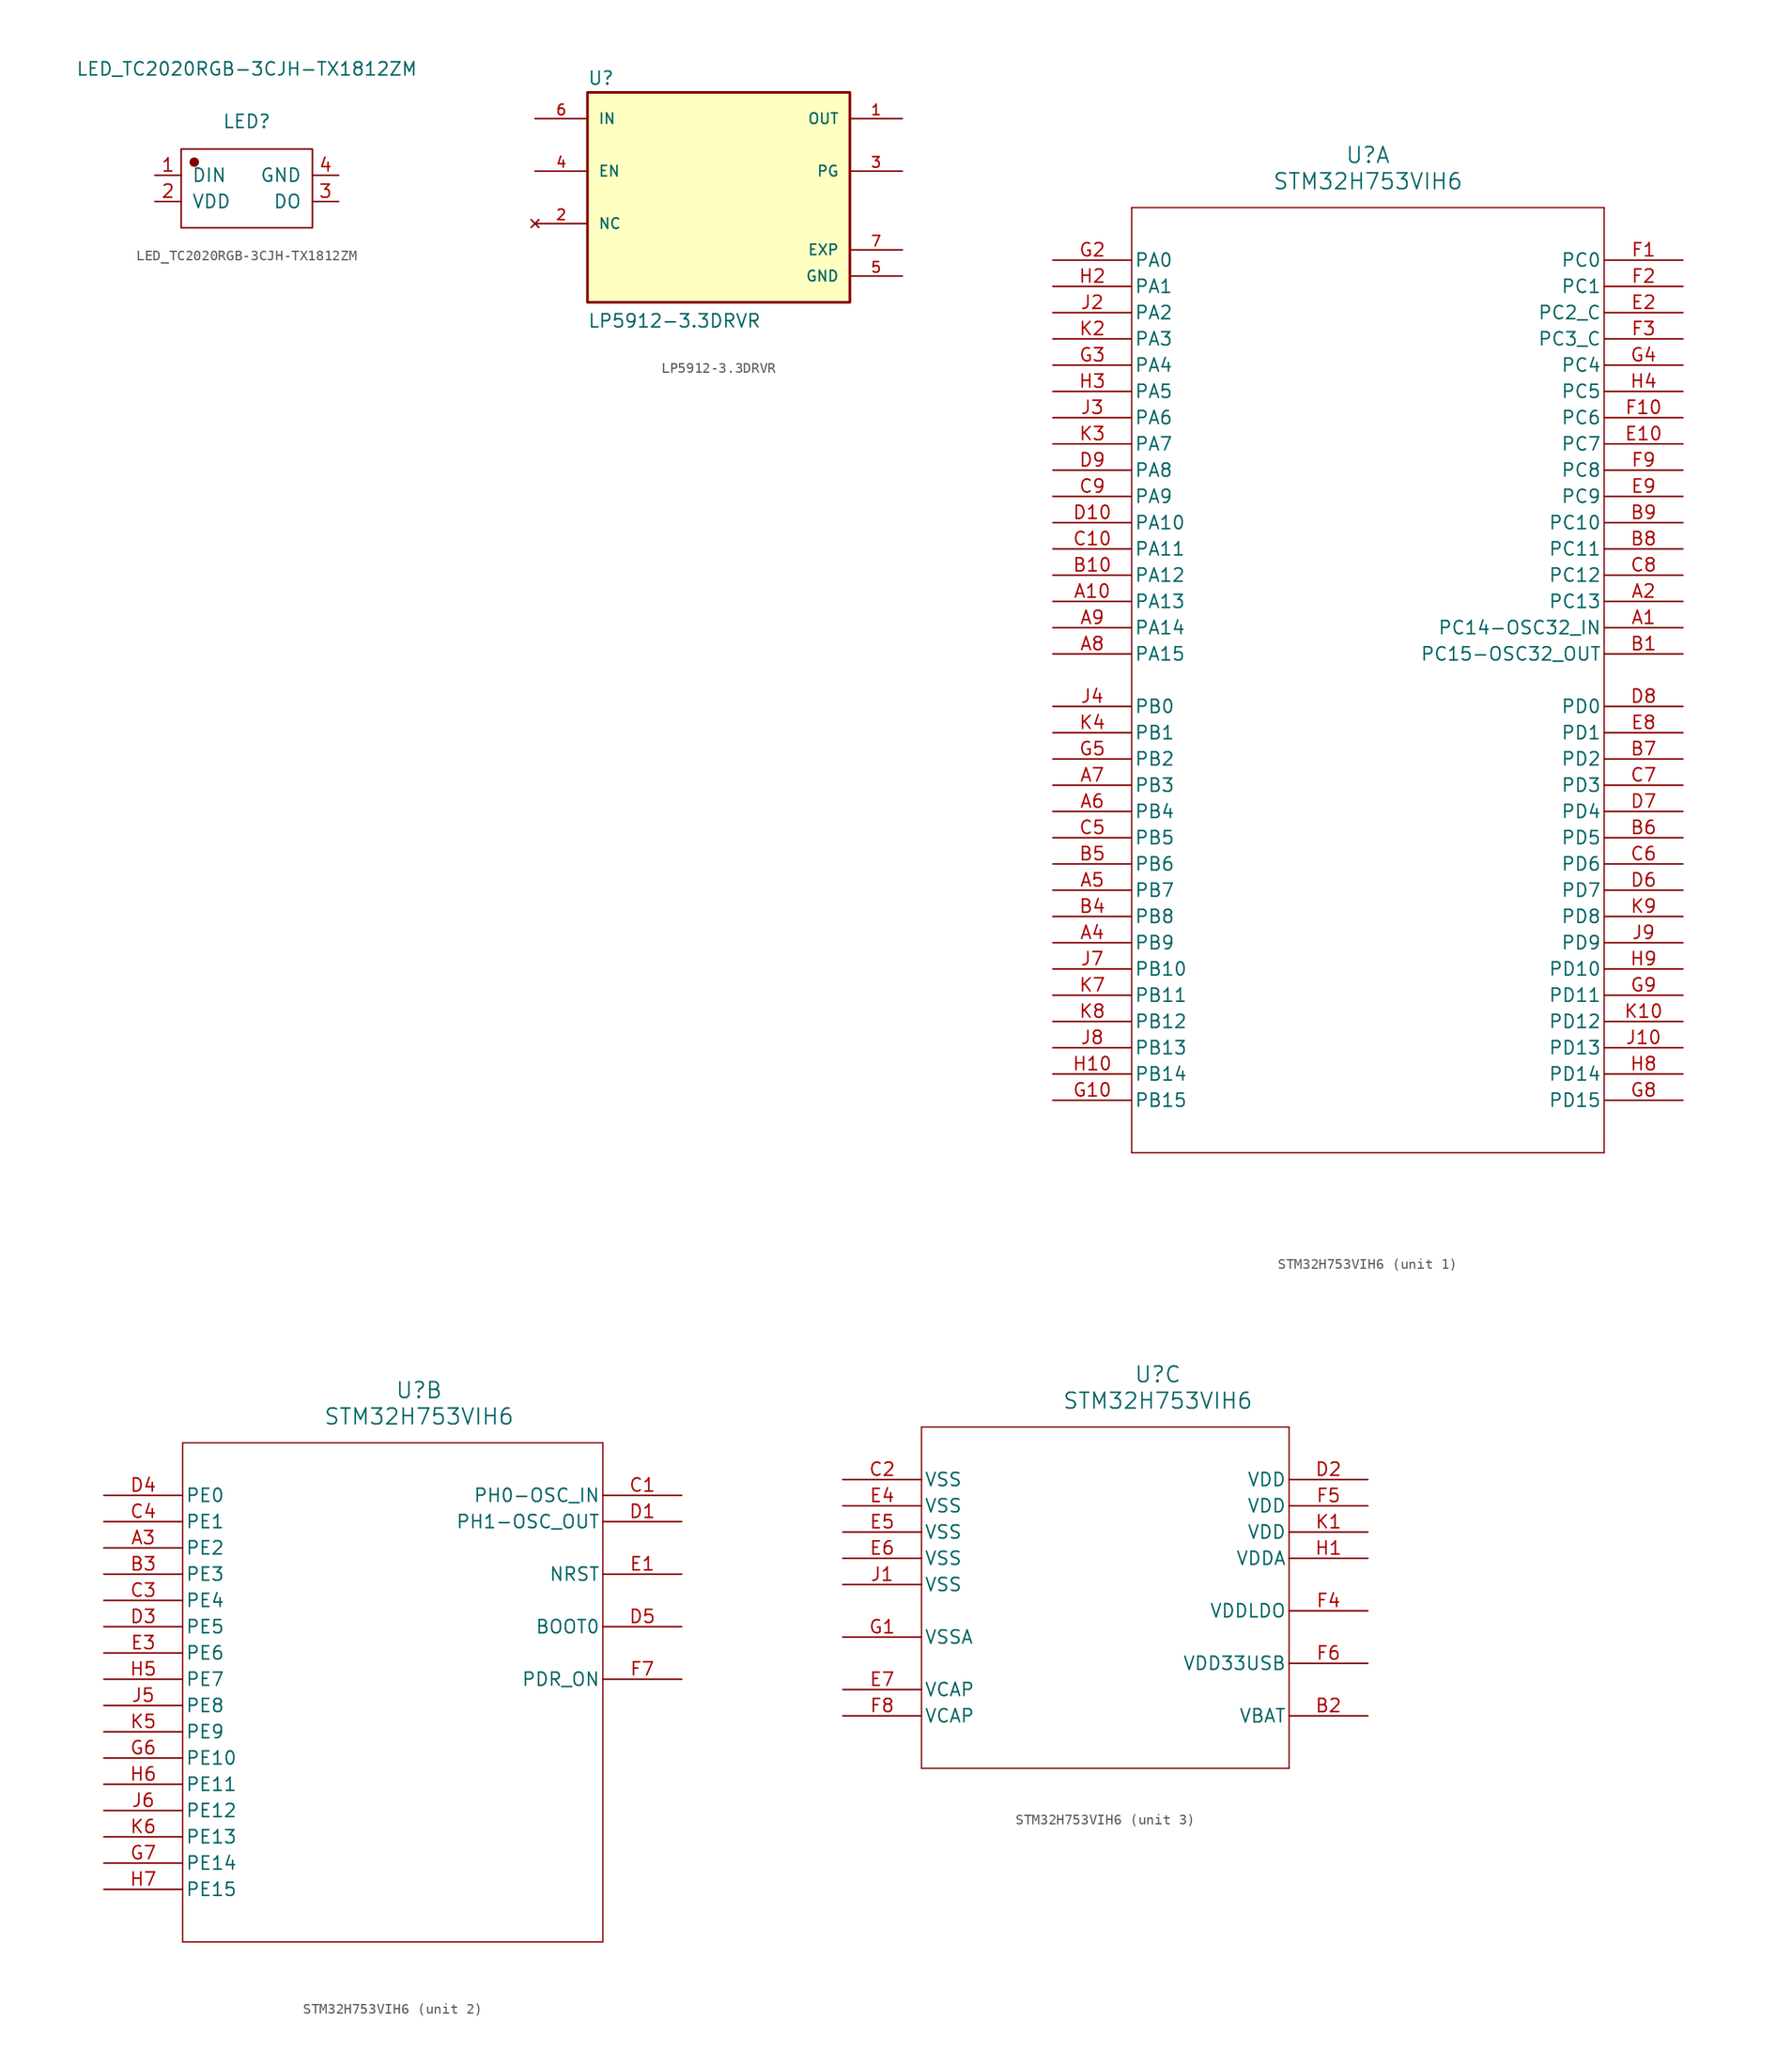
<source format=kicad_sym>
(kicad_symbol_lib
  (version 20231120)
  (generator "kicad_symbol_editor")
  (generator_version "8.0")
  (symbol "LED_TC2020RGB-3CJH-TX1812ZM"
    (pin_names
      (offset 1.016))
    (property "Reference" "LED"
      (at 0 6.477 0)
      (effects (font (size 1.27 1.27))))
    (property "Value" "LED_TC2020RGB-3CJH-TX1812ZM"
      (at 0 11.557 0)
      (effects (font (size 1.27 1.27))))
    (symbol "LED_TC2020RGB-3CJH-TX1812ZM_1_1"
      (rectangle (start -6.35 3.81) (end 6.35 -3.81) (stroke (width 0.152) (type default)) (fill (type none)))
      (circle (center -5.08 2.54) (radius 0.381) (stroke (width 0.152) (type default)) (fill (type outline)))
      (pin input line (at -8.89 1.27 0) (length 2.54) (name "DIN" (effects (font (size 1.27 1.27)))) (number "1" (effects (font (size 1.27 1.27)))))
      (pin input line (at -8.89 -1.27 0) (length 2.54) (name "VDD" (effects (font (size 1.27 1.27)))) (number "2" (effects (font (size 1.27 1.27)))))
      (pin input line (at 8.89 -1.27 180) (length 2.54) (name "DO" (effects (font (size 1.27 1.27)))) (number "3" (effects (font (size 1.27 1.27)))))
      (pin input line (at 8.89 1.27 180) (length 2.54) (name "GND" (effects (font (size 1.27 1.27)))) (number "4" (effects (font (size 1.27 1.27)))))))
  (symbol "LP5912-3.3DRVR"
    (pin_names
      (offset 1.016))
    (property "Reference" "U"
      (at -12.7 10.795 0)
      (effects (font (size 1.27 1.27)) (justify left bottom)))
    (property "Value" "LP5912-3.3DRVR"
      (at -12.7 -12.7 0)
      (effects (font (size 1.27 1.27)) (justify left bottom)))
    (symbol "LP5912-3.3DRVR_0_0"
      (rectangle (start -12.7 -10.16) (end 12.7 10.16) (stroke (width 0.254) (type default)) (fill (type background)))
      (pin power_out line (at 17.78 7.62 180) (length 5.08) (name "OUT" (effects (font (size 1.016 1.016)))) (number "1" (effects (font (size 1.016 1.016)))))
      (pin no_connect line (at -17.78 -2.54 0) (length 5.08) (name "NC" (effects (font (size 1.016 1.016)))) (number "2" (effects (font (size 1.016 1.016)))))
      (pin output line (at 17.78 2.54 180) (length 5.08) (name "PG" (effects (font (size 1.016 1.016)))) (number "3" (effects (font (size 1.016 1.016)))))
      (pin input line (at -17.78 2.54 0) (length 5.08) (name "EN" (effects (font (size 1.016 1.016)))) (number "4" (effects (font (size 1.016 1.016)))))
      (pin power_in line (at 17.78 -7.62 180) (length 5.08) (name "GND" (effects (font (size 1.016 1.016)))) (number "5" (effects (font (size 1.016 1.016)))))
      (pin input line (at -17.78 7.62 0) (length 5.08) (name "IN" (effects (font (size 1.016 1.016)))) (number "6" (effects (font (size 1.016 1.016)))))
      (pin power_in line (at 17.78 -5.08 180) (length 5.08) (name "EXP" (effects (font (size 1.016 1.016)))) (number "7" (effects (font (size 1.016 1.016)))))))
  (symbol "STM32H753VIH6"
    (pin_names
      (offset 0.254))
    (property "Reference" "U"
      (at 30.48 10.16 0)
      (effects (font (size 1.524 1.524))))
    (property "Value" "STM32H753VIH6"
      (at 30.48 7.62 0)
      (effects (font (size 1.524 1.524))))
    (property "ki_locked" ""
      (at 0 0 0)
      (effects (font (size 1.27 1.27))))
    (symbol "STM32H753VIH6_1_1"
      (polyline (pts (xy 7.62 -86.36) (xy 53.34 -86.36)) (stroke (width 0.127) (type default)) (fill (type none)))
      (polyline (pts (xy 7.62 5.08) (xy 7.62 -86.36)) (stroke (width 0.127) (type default)) (fill (type none)))
      (polyline (pts (xy 53.34 -86.36) (xy 53.34 5.08)) (stroke (width 0.127) (type default)) (fill (type none)))
      (polyline (pts (xy 53.34 5.08) (xy 7.62 5.08)) (stroke (width 0.127) (type default)) (fill (type none)))
      (pin bidirectional line (at 60.96 -35.56 180) (length 7.62) (name "PC14-OSC32_IN" (effects (font (size 1.27 1.27)))) (number "A1" (effects (font (size 1.27 1.27)))))
      (pin bidirectional line (at 0 -33.02 0) (length 7.62) (name "PA13" (effects (font (size 1.27 1.27)))) (number "A10" (effects (font (size 1.27 1.27)))))
      (pin bidirectional line (at 60.96 -33.02 180) (length 7.62) (name "PC13" (effects (font (size 1.27 1.27)))) (number "A2" (effects (font (size 1.27 1.27)))))
      (pin bidirectional line (at 0 -66.04 0) (length 7.62) (name "PB9" (effects (font (size 1.27 1.27)))) (number "A4" (effects (font (size 1.27 1.27)))))
      (pin bidirectional line (at 0 -60.96 0) (length 7.62) (name "PB7" (effects (font (size 1.27 1.27)))) (number "A5" (effects (font (size 1.27 1.27)))))
      (pin bidirectional line (at 0 -53.34 0) (length 7.62) (name "PB4" (effects (font (size 1.27 1.27)))) (number "A6" (effects (font (size 1.27 1.27)))))
      (pin bidirectional line (at 0 -50.8 0) (length 7.62) (name "PB3" (effects (font (size 1.27 1.27)))) (number "A7" (effects (font (size 1.27 1.27)))))
      (pin bidirectional line (at 0 -38.1 0) (length 7.62) (name "PA15" (effects (font (size 1.27 1.27)))) (number "A8" (effects (font (size 1.27 1.27)))))
      (pin bidirectional line (at 0 -35.56 0) (length 7.62) (name "PA14" (effects (font (size 1.27 1.27)))) (number "A9" (effects (font (size 1.27 1.27)))))
      (pin bidirectional line (at 60.96 -38.1 180) (length 7.62) (name "PC15-OSC32_OUT" (effects (font (size 1.27 1.27)))) (number "B1" (effects (font (size 1.27 1.27)))))
      (pin bidirectional line (at 0 -30.48 0) (length 7.62) (name "PA12" (effects (font (size 1.27 1.27)))) (number "B10" (effects (font (size 1.27 1.27)))))
      (pin bidirectional line (at 0 -63.5 0) (length 7.62) (name "PB8" (effects (font (size 1.27 1.27)))) (number "B4" (effects (font (size 1.27 1.27)))))
      (pin bidirectional line (at 0 -58.42 0) (length 7.62) (name "PB6" (effects (font (size 1.27 1.27)))) (number "B5" (effects (font (size 1.27 1.27)))))
      (pin bidirectional line (at 60.96 -55.88 180) (length 7.62) (name "PD5" (effects (font (size 1.27 1.27)))) (number "B6" (effects (font (size 1.27 1.27)))))
      (pin bidirectional line (at 60.96 -48.26 180) (length 7.62) (name "PD2" (effects (font (size 1.27 1.27)))) (number "B7" (effects (font (size 1.27 1.27)))))
      (pin bidirectional line (at 60.96 -27.94 180) (length 7.62) (name "PC11" (effects (font (size 1.27 1.27)))) (number "B8" (effects (font (size 1.27 1.27)))))
      (pin bidirectional line (at 60.96 -25.4 180) (length 7.62) (name "PC10" (effects (font (size 1.27 1.27)))) (number "B9" (effects (font (size 1.27 1.27)))))
      (pin bidirectional line (at 0 -27.94 0) (length 7.62) (name "PA11" (effects (font (size 1.27 1.27)))) (number "C10" (effects (font (size 1.27 1.27)))))
      (pin bidirectional line (at 0 -55.88 0) (length 7.62) (name "PB5" (effects (font (size 1.27 1.27)))) (number "C5" (effects (font (size 1.27 1.27)))))
      (pin bidirectional line (at 60.96 -58.42 180) (length 7.62) (name "PD6" (effects (font (size 1.27 1.27)))) (number "C6" (effects (font (size 1.27 1.27)))))
      (pin bidirectional line (at 60.96 -50.8 180) (length 7.62) (name "PD3" (effects (font (size 1.27 1.27)))) (number "C7" (effects (font (size 1.27 1.27)))))
      (pin bidirectional line (at 60.96 -30.48 180) (length 7.62) (name "PC12" (effects (font (size 1.27 1.27)))) (number "C8" (effects (font (size 1.27 1.27)))))
      (pin bidirectional line (at 0 -22.86 0) (length 7.62) (name "PA9" (effects (font (size 1.27 1.27)))) (number "C9" (effects (font (size 1.27 1.27)))))
      (pin bidirectional line (at 0 -25.4 0) (length 7.62) (name "PA10" (effects (font (size 1.27 1.27)))) (number "D10" (effects (font (size 1.27 1.27)))))
      (pin bidirectional line (at 60.96 -60.96 180) (length 7.62) (name "PD7" (effects (font (size 1.27 1.27)))) (number "D6" (effects (font (size 1.27 1.27)))))
      (pin bidirectional line (at 60.96 -53.34 180) (length 7.62) (name "PD4" (effects (font (size 1.27 1.27)))) (number "D7" (effects (font (size 1.27 1.27)))))
      (pin bidirectional line (at 60.96 -43.18 180) (length 7.62) (name "PD0" (effects (font (size 1.27 1.27)))) (number "D8" (effects (font (size 1.27 1.27)))))
      (pin bidirectional line (at 0 -20.32 0) (length 7.62) (name "PA8" (effects (font (size 1.27 1.27)))) (number "D9" (effects (font (size 1.27 1.27)))))
      (pin bidirectional line (at 60.96 -17.78 180) (length 7.62) (name "PC7" (effects (font (size 1.27 1.27)))) (number "E10" (effects (font (size 1.27 1.27)))))
      (pin bidirectional line (at 60.96 -5.08 180) (length 7.62) (name "PC2_C" (effects (font (size 1.27 1.27)))) (number "E2" (effects (font (size 1.27 1.27)))))
      (pin bidirectional line (at 60.96 -45.72 180) (length 7.62) (name "PD1" (effects (font (size 1.27 1.27)))) (number "E8" (effects (font (size 1.27 1.27)))))
      (pin bidirectional line (at 60.96 -22.86 180) (length 7.62) (name "PC9" (effects (font (size 1.27 1.27)))) (number "E9" (effects (font (size 1.27 1.27)))))
      (pin bidirectional line (at 60.96 0 180) (length 7.62) (name "PC0" (effects (font (size 1.27 1.27)))) (number "F1" (effects (font (size 1.27 1.27)))))
      (pin bidirectional line (at 60.96 -15.24 180) (length 7.62) (name "PC6" (effects (font (size 1.27 1.27)))) (number "F10" (effects (font (size 1.27 1.27)))))
      (pin bidirectional line (at 60.96 -2.54 180) (length 7.62) (name "PC1" (effects (font (size 1.27 1.27)))) (number "F2" (effects (font (size 1.27 1.27)))))
      (pin bidirectional line (at 60.96 -7.62 180) (length 7.62) (name "PC3_C" (effects (font (size 1.27 1.27)))) (number "F3" (effects (font (size 1.27 1.27)))))
      (pin bidirectional line (at 60.96 -20.32 180) (length 7.62) (name "PC8" (effects (font (size 1.27 1.27)))) (number "F9" (effects (font (size 1.27 1.27)))))
      (pin bidirectional line (at 0 -81.28 0) (length 7.62) (name "PB15" (effects (font (size 1.27 1.27)))) (number "G10" (effects (font (size 1.27 1.27)))))
      (pin bidirectional line (at 0 0 0) (length 7.62) (name "PA0" (effects (font (size 1.27 1.27)))) (number "G2" (effects (font (size 1.27 1.27)))))
      (pin bidirectional line (at 0 -10.16 0) (length 7.62) (name "PA4" (effects (font (size 1.27 1.27)))) (number "G3" (effects (font (size 1.27 1.27)))))
      (pin bidirectional line (at 60.96 -10.16 180) (length 7.62) (name "PC4" (effects (font (size 1.27 1.27)))) (number "G4" (effects (font (size 1.27 1.27)))))
      (pin bidirectional line (at 0 -48.26 0) (length 7.62) (name "PB2" (effects (font (size 1.27 1.27)))) (number "G5" (effects (font (size 1.27 1.27)))))
      (pin bidirectional line (at 60.96 -81.28 180) (length 7.62) (name "PD15" (effects (font (size 1.27 1.27)))) (number "G8" (effects (font (size 1.27 1.27)))))
      (pin bidirectional line (at 60.96 -71.12 180) (length 7.62) (name "PD11" (effects (font (size 1.27 1.27)))) (number "G9" (effects (font (size 1.27 1.27)))))
      (pin bidirectional line (at 0 -78.74 0) (length 7.62) (name "PB14" (effects (font (size 1.27 1.27)))) (number "H10" (effects (font (size 1.27 1.27)))))
      (pin bidirectional line (at 0 -2.54 0) (length 7.62) (name "PA1" (effects (font (size 1.27 1.27)))) (number "H2" (effects (font (size 1.27 1.27)))))
      (pin bidirectional line (at 0 -12.7 0) (length 7.62) (name "PA5" (effects (font (size 1.27 1.27)))) (number "H3" (effects (font (size 1.27 1.27)))))
      (pin bidirectional line (at 60.96 -12.7 180) (length 7.62) (name "PC5" (effects (font (size 1.27 1.27)))) (number "H4" (effects (font (size 1.27 1.27)))))
      (pin bidirectional line (at 60.96 -78.74 180) (length 7.62) (name "PD14" (effects (font (size 1.27 1.27)))) (number "H8" (effects (font (size 1.27 1.27)))))
      (pin bidirectional line (at 60.96 -68.58 180) (length 7.62) (name "PD10" (effects (font (size 1.27 1.27)))) (number "H9" (effects (font (size 1.27 1.27)))))
      (pin bidirectional line (at 60.96 -76.2 180) (length 7.62) (name "PD13" (effects (font (size 1.27 1.27)))) (number "J10" (effects (font (size 1.27 1.27)))))
      (pin bidirectional line (at 0 -5.08 0) (length 7.62) (name "PA2" (effects (font (size 1.27 1.27)))) (number "J2" (effects (font (size 1.27 1.27)))))
      (pin bidirectional line (at 0 -15.24 0) (length 7.62) (name "PA6" (effects (font (size 1.27 1.27)))) (number "J3" (effects (font (size 1.27 1.27)))))
      (pin bidirectional line (at 0 -43.18 0) (length 7.62) (name "PB0" (effects (font (size 1.27 1.27)))) (number "J4" (effects (font (size 1.27 1.27)))))
      (pin bidirectional line (at 0 -68.58 0) (length 7.62) (name "PB10" (effects (font (size 1.27 1.27)))) (number "J7" (effects (font (size 1.27 1.27)))))
      (pin bidirectional line (at 0 -76.2 0) (length 7.62) (name "PB13" (effects (font (size 1.27 1.27)))) (number "J8" (effects (font (size 1.27 1.27)))))
      (pin bidirectional line (at 60.96 -66.04 180) (length 7.62) (name "PD9" (effects (font (size 1.27 1.27)))) (number "J9" (effects (font (size 1.27 1.27)))))
      (pin bidirectional line (at 60.96 -73.66 180) (length 7.62) (name "PD12" (effects (font (size 1.27 1.27)))) (number "K10" (effects (font (size 1.27 1.27)))))
      (pin bidirectional line (at 0 -7.62 0) (length 7.62) (name "PA3" (effects (font (size 1.27 1.27)))) (number "K2" (effects (font (size 1.27 1.27)))))
      (pin bidirectional line (at 0 -17.78 0) (length 7.62) (name "PA7" (effects (font (size 1.27 1.27)))) (number "K3" (effects (font (size 1.27 1.27)))))
      (pin bidirectional line (at 0 -45.72 0) (length 7.62) (name "PB1" (effects (font (size 1.27 1.27)))) (number "K4" (effects (font (size 1.27 1.27)))))
      (pin bidirectional line (at 0 -71.12 0) (length 7.62) (name "PB11" (effects (font (size 1.27 1.27)))) (number "K7" (effects (font (size 1.27 1.27)))))
      (pin bidirectional line (at 0 -73.66 0) (length 7.62) (name "PB12" (effects (font (size 1.27 1.27)))) (number "K8" (effects (font (size 1.27 1.27)))))
      (pin bidirectional line (at 60.96 -63.5 180) (length 7.62) (name "PD8" (effects (font (size 1.27 1.27)))) (number "K9" (effects (font (size 1.27 1.27))))))
    (symbol "STM32H753VIH6_2_1"
      (polyline (pts (xy 7.62 -43.18) (xy 48.26 -43.18)) (stroke (width 0.127) (type default)) (fill (type none)))
      (polyline (pts (xy 7.62 5.08) (xy 7.62 -43.18)) (stroke (width 0.127) (type default)) (fill (type none)))
      (polyline (pts (xy 48.26 -43.18) (xy 48.26 5.08)) (stroke (width 0.127) (type default)) (fill (type none)))
      (polyline (pts (xy 48.26 5.08) (xy 7.62 5.08)) (stroke (width 0.127) (type default)) (fill (type none)))
      (pin bidirectional line (at 0 -5.08 0) (length 7.62) (name "PE2" (effects (font (size 1.27 1.27)))) (number "A3" (effects (font (size 1.27 1.27)))))
      (pin bidirectional line (at 0 -7.62 0) (length 7.62) (name "PE3" (effects (font (size 1.27 1.27)))) (number "B3" (effects (font (size 1.27 1.27)))))
      (pin bidirectional line (at 55.88 0 180) (length 7.62) (name "PH0-OSC_IN" (effects (font (size 1.27 1.27)))) (number "C1" (effects (font (size 1.27 1.27)))))
      (pin bidirectional line (at 0 -10.16 0) (length 7.62) (name "PE4" (effects (font (size 1.27 1.27)))) (number "C3" (effects (font (size 1.27 1.27)))))
      (pin bidirectional line (at 0 -2.54 0) (length 7.62) (name "PE1" (effects (font (size 1.27 1.27)))) (number "C4" (effects (font (size 1.27 1.27)))))
      (pin bidirectional line (at 55.88 -2.54 180) (length 7.62) (name "PH1-OSC_OUT" (effects (font (size 1.27 1.27)))) (number "D1" (effects (font (size 1.27 1.27)))))
      (pin bidirectional line (at 0 -12.7 0) (length 7.62) (name "PE5" (effects (font (size 1.27 1.27)))) (number "D3" (effects (font (size 1.27 1.27)))))
      (pin bidirectional line (at 0 0 0) (length 7.62) (name "PE0" (effects (font (size 1.27 1.27)))) (number "D4" (effects (font (size 1.27 1.27)))))
      (pin input line (at 55.88 -12.7 180) (length 7.62) (name "BOOT0" (effects (font (size 1.27 1.27)))) (number "D5" (effects (font (size 1.27 1.27)))))
      (pin bidirectional line (at 55.88 -7.62 180) (length 7.62) (name "NRST" (effects (font (size 1.27 1.27)))) (number "E1" (effects (font (size 1.27 1.27)))))
      (pin bidirectional line (at 0 -15.24 0) (length 7.62) (name "PE6" (effects (font (size 1.27 1.27)))) (number "E3" (effects (font (size 1.27 1.27)))))
      (pin bidirectional line (at 55.88 -17.78 180) (length 7.62) (name "PDR_ON" (effects (font (size 1.27 1.27)))) (number "F7" (effects (font (size 1.27 1.27)))))
      (pin bidirectional line (at 0 -25.4 0) (length 7.62) (name "PE10" (effects (font (size 1.27 1.27)))) (number "G6" (effects (font (size 1.27 1.27)))))
      (pin bidirectional line (at 0 -35.56 0) (length 7.62) (name "PE14" (effects (font (size 1.27 1.27)))) (number "G7" (effects (font (size 1.27 1.27)))))
      (pin bidirectional line (at 0 -17.78 0) (length 7.62) (name "PE7" (effects (font (size 1.27 1.27)))) (number "H5" (effects (font (size 1.27 1.27)))))
      (pin bidirectional line (at 0 -27.94 0) (length 7.62) (name "PE11" (effects (font (size 1.27 1.27)))) (number "H6" (effects (font (size 1.27 1.27)))))
      (pin bidirectional line (at 0 -38.1 0) (length 7.62) (name "PE15" (effects (font (size 1.27 1.27)))) (number "H7" (effects (font (size 1.27 1.27)))))
      (pin bidirectional line (at 0 -20.32 0) (length 7.62) (name "PE8" (effects (font (size 1.27 1.27)))) (number "J5" (effects (font (size 1.27 1.27)))))
      (pin bidirectional line (at 0 -30.48 0) (length 7.62) (name "PE12" (effects (font (size 1.27 1.27)))) (number "J6" (effects (font (size 1.27 1.27)))))
      (pin bidirectional line (at 0 -22.86 0) (length 7.62) (name "PE9" (effects (font (size 1.27 1.27)))) (number "K5" (effects (font (size 1.27 1.27)))))
      (pin bidirectional line (at 0 -33.02 0) (length 7.62) (name "PE13" (effects (font (size 1.27 1.27)))) (number "K6" (effects (font (size 1.27 1.27))))))
    (symbol "STM32H753VIH6_3_1"
      (polyline (pts (xy 7.62 -27.94) (xy 43.18 -27.94)) (stroke (width 0.127) (type default)) (fill (type none)))
      (polyline (pts (xy 7.62 5.08) (xy 7.62 -27.94)) (stroke (width 0.127) (type default)) (fill (type none)))
      (polyline (pts (xy 43.18 -27.94) (xy 43.18 5.08)) (stroke (width 0.127) (type default)) (fill (type none)))
      (polyline (pts (xy 43.18 5.08) (xy 7.62 5.08)) (stroke (width 0.127) (type default)) (fill (type none)))
      (pin power_in line (at 50.8 -22.86 180) (length 7.62) (name "VBAT" (effects (font (size 1.27 1.27)))) (number "B2" (effects (font (size 1.27 1.27)))))
      (pin power_in line (at 0 0 0) (length 7.62) (name "VSS" (effects (font (size 1.27 1.27)))) (number "C2" (effects (font (size 1.27 1.27)))))
      (pin power_in line (at 50.8 0 180) (length 7.62) (name "VDD" (effects (font (size 1.27 1.27)))) (number "D2" (effects (font (size 1.27 1.27)))))
      (pin power_in line (at 0 -2.54 0) (length 7.62) (name "VSS" (effects (font (size 1.27 1.27)))) (number "E4" (effects (font (size 1.27 1.27)))))
      (pin power_in line (at 0 -5.08 0) (length 7.62) (name "VSS" (effects (font (size 1.27 1.27)))) (number "E5" (effects (font (size 1.27 1.27)))))
      (pin power_in line (at 0 -7.62 0) (length 7.62) (name "VSS" (effects (font (size 1.27 1.27)))) (number "E6" (effects (font (size 1.27 1.27)))))
      (pin power_in line (at 0 -20.32 0) (length 7.62) (name "VCAP" (effects (font (size 1.27 1.27)))) (number "E7" (effects (font (size 1.27 1.27)))))
      (pin power_in line (at 50.8 -12.7 180) (length 7.62) (name "VDDLDO" (effects (font (size 1.27 1.27)))) (number "F4" (effects (font (size 1.27 1.27)))))
      (pin power_in line (at 50.8 -2.54 180) (length 7.62) (name "VDD" (effects (font (size 1.27 1.27)))) (number "F5" (effects (font (size 1.27 1.27)))))
      (pin power_in line (at 50.8 -17.78 180) (length 7.62) (name "VDD33USB" (effects (font (size 1.27 1.27)))) (number "F6" (effects (font (size 1.27 1.27)))))
      (pin power_in line (at 0 -22.86 0) (length 7.62) (name "VCAP" (effects (font (size 1.27 1.27)))) (number "F8" (effects (font (size 1.27 1.27)))))
      (pin power_in line (at 0 -15.24 0) (length 7.62) (name "VSSA" (effects (font (size 1.27 1.27)))) (number "G1" (effects (font (size 1.27 1.27)))))
      (pin power_in line (at 50.8 -7.62 180) (length 7.62) (name "VDDA" (effects (font (size 1.27 1.27)))) (number "H1" (effects (font (size 1.27 1.27)))))
      (pin power_in line (at 0 -10.16 0) (length 7.62) (name "VSS" (effects (font (size 1.27 1.27)))) (number "J1" (effects (font (size 1.27 1.27)))))
      (pin power_in line (at 50.8 -5.08 180) (length 7.62) (name "VDD" (effects (font (size 1.27 1.27)))) (number "K1" (effects (font (size 1.27 1.27))))))))
</source>
